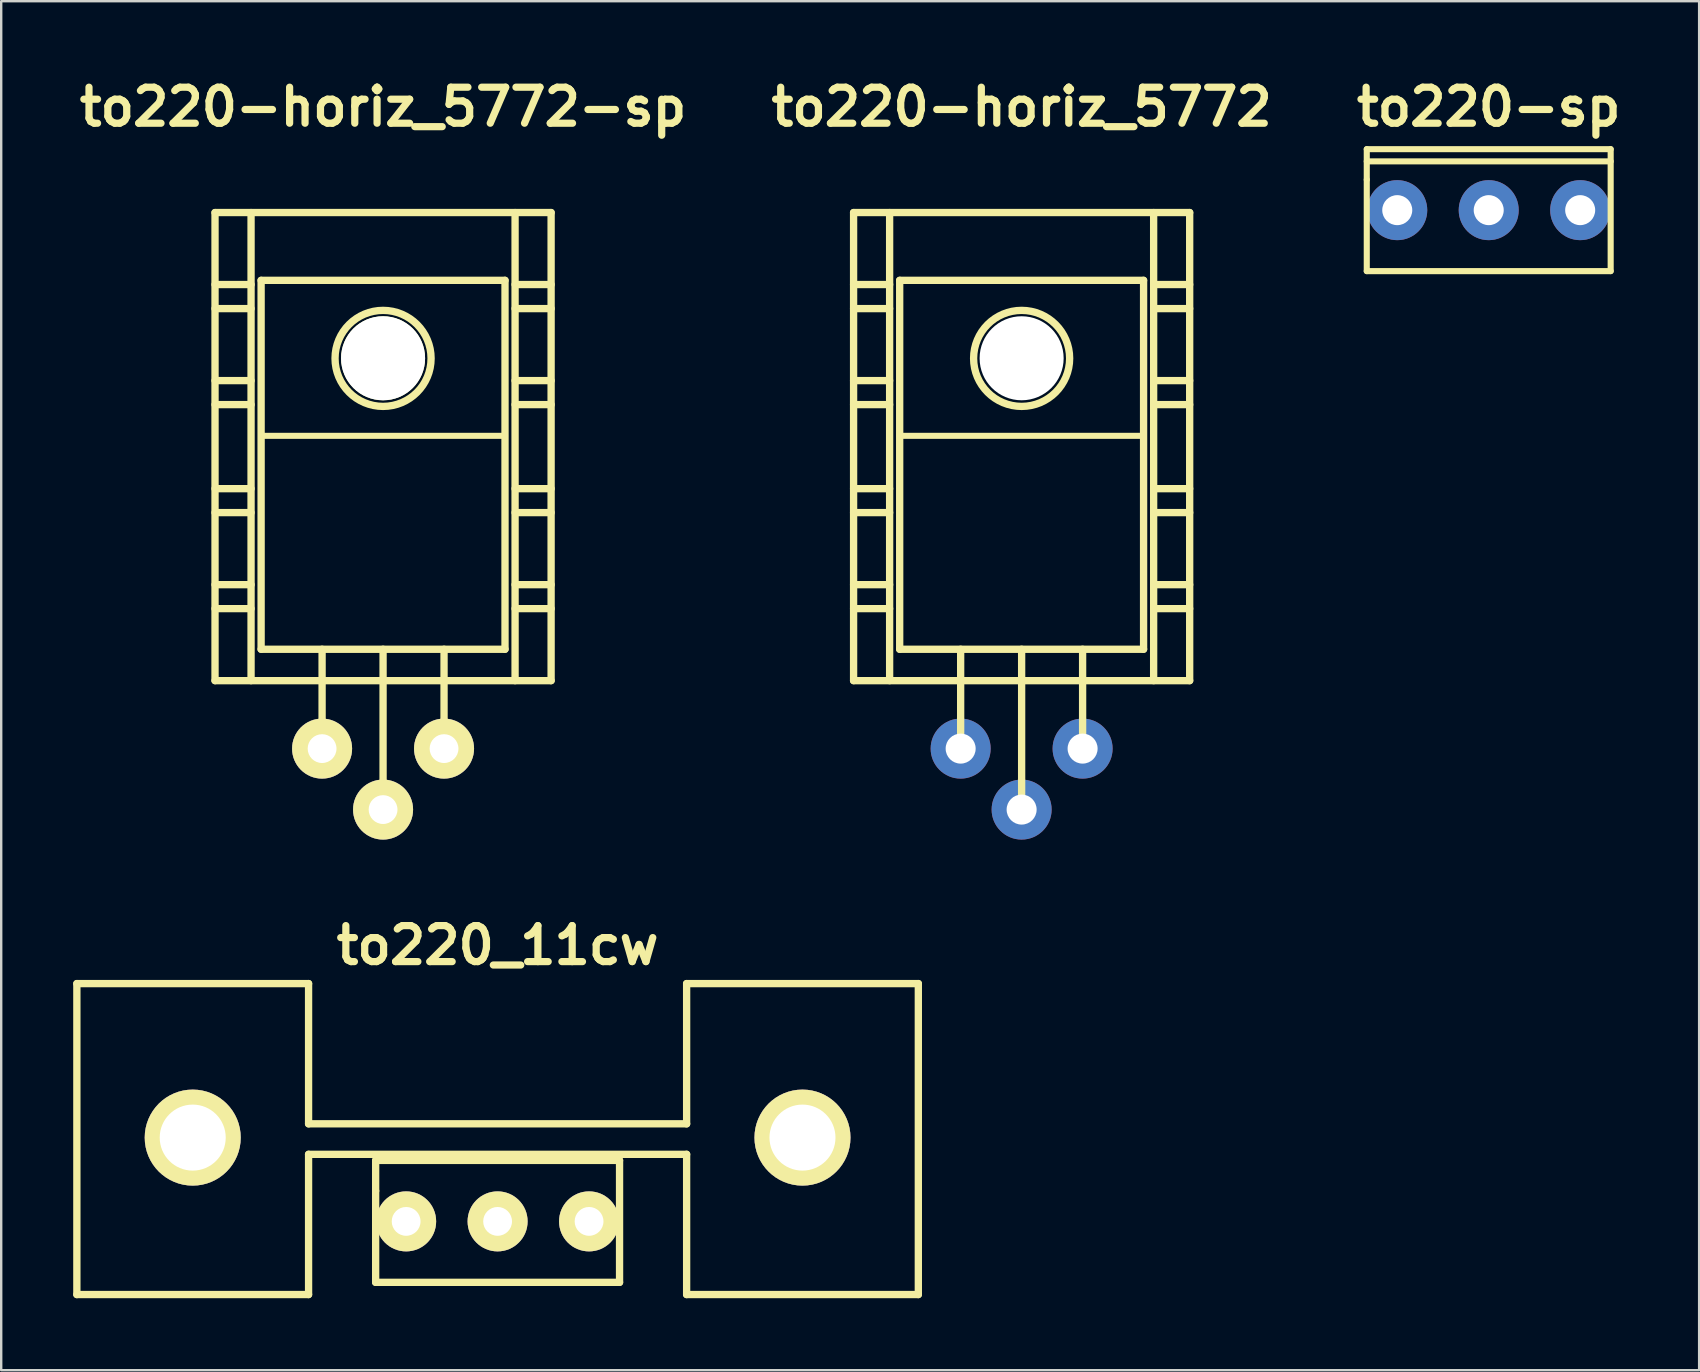
<source format=kicad_pcb>
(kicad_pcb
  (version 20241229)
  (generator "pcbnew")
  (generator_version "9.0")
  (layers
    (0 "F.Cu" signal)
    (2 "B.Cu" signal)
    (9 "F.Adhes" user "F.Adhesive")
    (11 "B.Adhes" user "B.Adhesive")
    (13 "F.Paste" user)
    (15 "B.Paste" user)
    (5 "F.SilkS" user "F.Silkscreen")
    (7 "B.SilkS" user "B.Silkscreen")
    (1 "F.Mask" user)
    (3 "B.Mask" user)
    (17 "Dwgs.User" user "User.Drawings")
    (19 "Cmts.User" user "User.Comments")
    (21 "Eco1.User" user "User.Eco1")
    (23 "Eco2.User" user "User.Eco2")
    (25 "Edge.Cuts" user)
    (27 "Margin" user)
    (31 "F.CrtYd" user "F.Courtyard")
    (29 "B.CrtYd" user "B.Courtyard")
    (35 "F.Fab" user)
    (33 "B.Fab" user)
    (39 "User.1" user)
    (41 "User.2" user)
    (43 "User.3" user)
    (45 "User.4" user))
  (footprint "to220-sp"
    (layer "F.Cu")
    (at 58.964 5.704)
    (property "Reference" "to220-sp" (at 0 -4.3 0) (layer "F.SilkS") (effects (font (size 1.5 1.5) (thickness 0.3))))
    (attr through_hole)
    (fp_line (start -5.08 -2.54) (end -5.08 -1.27) (stroke (width 0.254) (type solid)) (layer "F.SilkS"))
    (fp_line (start -5.08 -2.032) (end 5.08 -2.032) (stroke (width 0.254) (type solid)) (layer "F.SilkS"))
    (fp_line (start -5.08 -1.27) (end -5.08 2.54) (stroke (width 0.254) (type solid)) (layer "F.SilkS"))
    (fp_line (start -5.08 2.54) (end 5.08 2.54) (stroke (width 0.254) (type solid)) (layer "F.SilkS"))
    (fp_line (start 5.08 -2.54) (end -5.08 -2.54) (stroke (width 0.254) (type solid)) (layer "F.SilkS"))
    (fp_line (start 5.08 2.54) (end 5.08 -2.54) (stroke (width 0.254) (type solid)) (layer "F.SilkS"))
    (pad "1" thru_hole circle (at -3.81 0) (size 2.5 2.5) (drill 1.25) (layers "*.Cu" "*.Mask"))
    (pad "2" thru_hole circle (at 0 0) (size 2.5 2.5) (drill 1.25) (layers "*.Cu" "*.Mask"))
    (pad "3" thru_hole circle (at 3.81 0) (size 2.5 2.5) (drill 1.25) (layers "*.Cu" "*.Mask")))
  (footprint "to220-horiz_5772-sp"
    (layer "F.Cu")
    (at 12.907 19.804)
    (property "Reference" "to220-horiz_5772-sp" (at 0 -18.4 0) (layer "F.SilkS") (effects (font (size 1.5 1.5) (thickness 0.3))))
    (attr through_hole)
    (fp_line (start -7 -14) (end -7 5.499) (stroke (width 0.305) (type solid)) (layer "F.SilkS"))
    (fp_line (start -7 -11.001) (end -5.499 -11.001) (stroke (width 0.305) (type solid)) (layer "F.SilkS"))
    (fp_line (start -7 -10) (end -5.499 -10) (stroke (width 0.305) (type solid)) (layer "F.SilkS"))
    (fp_line (start -7 -7) (end -5.499 -7) (stroke (width 0.305) (type solid)) (layer "F.SilkS"))
    (fp_line (start -7 -5.999) (end -5.499 -5.999) (stroke (width 0.305) (type solid)) (layer "F.SilkS"))
    (fp_line (start -7 -2.499) (end -5.499 -2.499) (stroke (width 0.305) (type solid)) (layer "F.SilkS"))
    (fp_line (start -7 -1.501) (end -5.499 -1.501) (stroke (width 0.305) (type solid)) (layer "F.SilkS"))
    (fp_line (start -7 1.501) (end -5.499 1.501) (stroke (width 0.305) (type solid)) (layer "F.SilkS"))
    (fp_line (start -7 2.499) (end -5.499 2.499) (stroke (width 0.305) (type solid)) (layer "F.SilkS"))
    (fp_line (start -7 5.499) (end 7 5.499) (stroke (width 0.305) (type solid)) (layer "F.SilkS"))
    (fp_line (start -5.499 5.499) (end -5.499 -14) (stroke (width 0.305) (type solid)) (layer "F.SilkS"))
    (fp_line (start -5.08 -11.176) (end -5.08 4.191) (stroke (width 0.305) (type solid)) (layer "F.SilkS"))
    (fp_line (start -5.08 4.191) (end 5.08 4.191) (stroke (width 0.305) (type solid)) (layer "F.SilkS"))
    (fp_line (start -2.54 8.382) (end -2.54 4.191) (stroke (width 0.305) (type solid)) (layer "F.SilkS"))
    (fp_line (start 0 4.191) (end 0 10.922) (stroke (width 0.305) (type solid)) (layer "F.SilkS"))
    (fp_line (start 2.54 8.382) (end 2.54 4.191) (stroke (width 0.305) (type solid)) (layer "F.SilkS"))
    (fp_line (start 5.08 -11.176) (end -5.08 -11.176) (stroke (width 0.305) (type solid)) (layer "F.SilkS"))
    (fp_line (start 5.08 -4.699) (end -5.08 -4.699) (stroke (width 0.254) (type solid)) (layer "F.SilkS"))
    (fp_line (start 5.08 4.191) (end 5.08 -11.176) (stroke (width 0.305) (type solid)) (layer "F.SilkS"))
    (fp_line (start 5.499 -14) (end 5.499 5.499) (stroke (width 0.305) (type solid)) (layer "F.SilkS"))
    (fp_line (start 5.499 -11.001) (end 7 -11.001) (stroke (width 0.305) (type solid)) (layer "F.SilkS"))
    (fp_line (start 5.499 -10) (end 7 -10) (stroke (width 0.305) (type solid)) (layer "F.SilkS"))
    (fp_line (start 5.499 -7) (end 7 -7) (stroke (width 0.305) (type solid)) (layer "F.SilkS"))
    (fp_line (start 5.499 -5.999) (end 7 -5.999) (stroke (width 0.305) (type solid)) (layer "F.SilkS"))
    (fp_line (start 5.499 -2.499) (end 7 -2.499) (stroke (width 0.305) (type solid)) (layer "F.SilkS"))
    (fp_line (start 5.499 -1.501) (end 7 -1.501) (stroke (width 0.305) (type solid)) (layer "F.SilkS"))
    (fp_line (start 5.499 1.501) (end 7 1.501) (stroke (width 0.305) (type solid)) (layer "F.SilkS"))
    (fp_line (start 5.499 2.499) (end 7 2.499) (stroke (width 0.305) (type solid)) (layer "F.SilkS"))
    (fp_line (start 7 -14) (end -7 -14) (stroke (width 0.305) (type solid)) (layer "F.SilkS"))
    (fp_line (start 7 5.499) (end 7 -14) (stroke (width 0.305) (type solid)) (layer "F.SilkS"))
    (fp_circle (center 0 -7.925) (end -1.999 -8.001) (stroke (width 0.305) (type solid)) (fill no) (layer "F.SilkS"))
    (pad "" np_thru_hole circle (at 0 -7.93) (size 3.5 3.5) (drill 3.5) (layers "*.Cu" "*.Mask" "F.SilkS"))
    (pad "1" thru_hole circle (at -2.54 8.33) (size 2.5 2.5) (drill 1.2) (layers "*.Cu" "*.Mask" "F.SilkS"))
    (pad "2" thru_hole circle (at 0 10.87) (size 2.5 2.5) (drill 1.2) (layers "*.Cu" "*.Mask" "F.SilkS"))
    (pad "3" thru_hole circle (at 2.54 8.33) (size 2.5 2.5) (drill 1.2) (layers "*.Cu" "*.Mask" "F.SilkS")))
  (footprint "to220_11cw"
    (layer "F.Cu")
    (at 17.678 47.828)
    (property "Reference" "to220_11cw" (at 0 -11.5 0) (layer "F.SilkS") (effects (font (size 1.5 1.5) (thickness 0.3))))
    (attr through_hole)
    (fp_line (start -17.526 -9.906) (end -17.526 3.048) (stroke (width 0.305) (type solid)) (layer "F.SilkS"))
    (fp_line (start -17.526 3.048) (end -7.874 3.048) (stroke (width 0.305) (type solid)) (layer "F.SilkS"))
    (fp_line (start -7.874 -9.906) (end -17.526 -9.906) (stroke (width 0.305) (type solid)) (layer "F.SilkS"))
    (fp_line (start -7.874 -9.906) (end -7.874 -4.064) (stroke (width 0.305) (type solid)) (layer "F.SilkS"))
    (fp_line (start -7.874 -2.794) (end -7.874 3.048) (stroke (width 0.305) (type solid)) (layer "F.SilkS"))
    (fp_line (start -7.874 -2.794) (end 7.874 -2.794) (stroke (width 0.305) (type solid)) (layer "F.SilkS"))
    (fp_line (start -5.08 -2.54) (end -5.08 -1.27) (stroke (width 0.305) (type solid)) (layer "F.SilkS"))
    (fp_line (start -5.08 -1.27) (end -5.08 2.54) (stroke (width 0.305) (type solid)) (layer "F.SilkS"))
    (fp_line (start -5.08 2.54) (end 5.08 2.54) (stroke (width 0.305) (type solid)) (layer "F.SilkS"))
    (fp_line (start 5.08 -2.54) (end -5.08 -2.54) (stroke (width 0.305) (type solid)) (layer "F.SilkS"))
    (fp_line (start 5.08 2.54) (end 5.08 -2.54) (stroke (width 0.305) (type solid)) (layer "F.SilkS"))
    (fp_line (start 7.874 -9.906) (end 7.874 -4.064) (stroke (width 0.305) (type solid)) (layer "F.SilkS"))
    (fp_line (start 7.874 -4.064) (end -7.874 -4.064) (stroke (width 0.305) (type solid)) (layer "F.SilkS"))
    (fp_line (start 7.874 3.048) (end 7.874 -2.794) (stroke (width 0.305) (type solid)) (layer "F.SilkS"))
    (fp_line (start 7.874 3.048) (end 17.526 3.048) (stroke (width 0.305) (type solid)) (layer "F.SilkS"))
    (fp_line (start 17.526 -9.906) (end 7.874 -9.906) (stroke (width 0.305) (type solid)) (layer "F.SilkS"))
    (fp_line (start 17.526 -9.906) (end 17.526 3.048) (stroke (width 0.305) (type solid)) (layer "F.SilkS"))
    (pad "" thru_hole circle (at -12.7 -3.49) (size 4 4) (drill 2.75) (layers "*.Cu" "*.Mask" "F.SilkS"))
    (pad "" thru_hole circle (at 12.7 -3.49) (size 4 4) (drill 2.75) (layers "*.Cu" "*.Mask" "F.SilkS"))
    (pad "1" thru_hole circle (at 3.81 0) (size 2.5 2.5) (drill 1.2) (layers "*.Cu" "*.Mask" "F.SilkS"))
    (pad "2" thru_hole circle (at 0 0) (size 2.5 2.5) (drill 1.2) (layers "*.Cu" "*.Mask" "F.SilkS"))
    (pad "3" thru_hole circle (at -3.81 0) (size 2.5 2.5) (drill 1.2) (layers "*.Cu" "*.Mask" "F.SilkS")))
  (footprint "to220-horiz_5772"
    (layer "F.Cu")
    (at 39.507 19.804)
    (property "Reference" "to220-horiz_5772" (at 0 -18.4 0) (layer "F.SilkS") (effects (font (size 1.5 1.5) (thickness 0.3))))
    (attr through_hole)
    (fp_line (start -7 -14) (end -7 5.499) (stroke (width 0.305) (type solid)) (layer "F.SilkS"))
    (fp_line (start -7 -11.001) (end -5.499 -11.001) (stroke (width 0.305) (type solid)) (layer "F.SilkS"))
    (fp_line (start -7 -10) (end -5.499 -10) (stroke (width 0.305) (type solid)) (layer "F.SilkS"))
    (fp_line (start -7 -7) (end -5.499 -7) (stroke (width 0.305) (type solid)) (layer "F.SilkS"))
    (fp_line (start -7 -5.999) (end -5.499 -5.999) (stroke (width 0.305) (type solid)) (layer "F.SilkS"))
    (fp_line (start -7 -2.499) (end -5.499 -2.499) (stroke (width 0.305) (type solid)) (layer "F.SilkS"))
    (fp_line (start -7 -1.501) (end -5.499 -1.501) (stroke (width 0.305) (type solid)) (layer "F.SilkS"))
    (fp_line (start -7 1.501) (end -5.499 1.501) (stroke (width 0.305) (type solid)) (layer "F.SilkS"))
    (fp_line (start -7 2.499) (end -5.499 2.499) (stroke (width 0.305) (type solid)) (layer "F.SilkS"))
    (fp_line (start -7 5.499) (end 7 5.499) (stroke (width 0.305) (type solid)) (layer "F.SilkS"))
    (fp_line (start -5.499 5.499) (end -5.499 -14) (stroke (width 0.305) (type solid)) (layer "F.SilkS"))
    (fp_line (start -5.08 -11.176) (end -5.08 4.191) (stroke (width 0.305) (type solid)) (layer "F.SilkS"))
    (fp_line (start -5.08 4.191) (end 5.08 4.191) (stroke (width 0.305) (type solid)) (layer "F.SilkS"))
    (fp_line (start -2.54 8.382) (end -2.54 4.191) (stroke (width 0.305) (type solid)) (layer "F.SilkS"))
    (fp_line (start 0 4.191) (end 0 10.922) (stroke (width 0.305) (type solid)) (layer "F.SilkS"))
    (fp_line (start 2.54 8.382) (end 2.54 4.191) (stroke (width 0.305) (type solid)) (layer "F.SilkS"))
    (fp_line (start 5.08 -11.176) (end -5.08 -11.176) (stroke (width 0.305) (type solid)) (layer "F.SilkS"))
    (fp_line (start 5.08 -4.699) (end -5.08 -4.699) (stroke (width 0.254) (type solid)) (layer "F.SilkS"))
    (fp_line (start 5.08 4.191) (end 5.08 -11.176) (stroke (width 0.305) (type solid)) (layer "F.SilkS"))
    (fp_line (start 5.499 -14) (end 5.499 5.499) (stroke (width 0.305) (type solid)) (layer "F.SilkS"))
    (fp_line (start 5.499 -11.001) (end 7 -11.001) (stroke (width 0.305) (type solid)) (layer "F.SilkS"))
    (fp_line (start 5.499 -10) (end 7 -10) (stroke (width 0.305) (type solid)) (layer "F.SilkS"))
    (fp_line (start 5.499 -7) (end 7 -7) (stroke (width 0.305) (type solid)) (layer "F.SilkS"))
    (fp_line (start 5.499 -5.999) (end 7 -5.999) (stroke (width 0.305) (type solid)) (layer "F.SilkS"))
    (fp_line (start 5.499 -2.499) (end 7 -2.499) (stroke (width 0.305) (type solid)) (layer "F.SilkS"))
    (fp_line (start 5.499 -1.501) (end 7 -1.501) (stroke (width 0.305) (type solid)) (layer "F.SilkS"))
    (fp_line (start 5.499 1.501) (end 7 1.501) (stroke (width 0.305) (type solid)) (layer "F.SilkS"))
    (fp_line (start 5.499 2.499) (end 7 2.499) (stroke (width 0.305) (type solid)) (layer "F.SilkS"))
    (fp_line (start 7 -14) (end -7 -14) (stroke (width 0.305) (type solid)) (layer "F.SilkS"))
    (fp_line (start 7 5.499) (end 7 -14) (stroke (width 0.305) (type solid)) (layer "F.SilkS"))
    (fp_circle (center 0 -7.925) (end -1.999 -8.001) (stroke (width 0.305) (type solid)) (fill no) (layer "F.SilkS"))
    (pad "" np_thru_hole circle (at 0 -7.93) (size 3.5 3.5) (drill 3.5) (layers "*.Cu" "*.Mask"))
    (pad "1" thru_hole circle (at 2.54 8.33) (size 2.5 2.5) (drill 1.25) (layers "*.Cu" "*.Mask"))
    (pad "2" thru_hole circle (at 0 10.87) (size 2.5 2.5) (drill 1.25) (layers "*.Cu" "*.Mask"))
    (pad "3" thru_hole circle (at -2.54 8.33) (size 2.5 2.5) (drill 1.25) (layers "*.Cu" "*.Mask")))
  (gr_rect
    (start -3 -3)
    (end 67.729 54.028)
    (stroke (width 0.1) (type default))
    (fill no)
    (layer "Edge.Cuts")))
</source>
